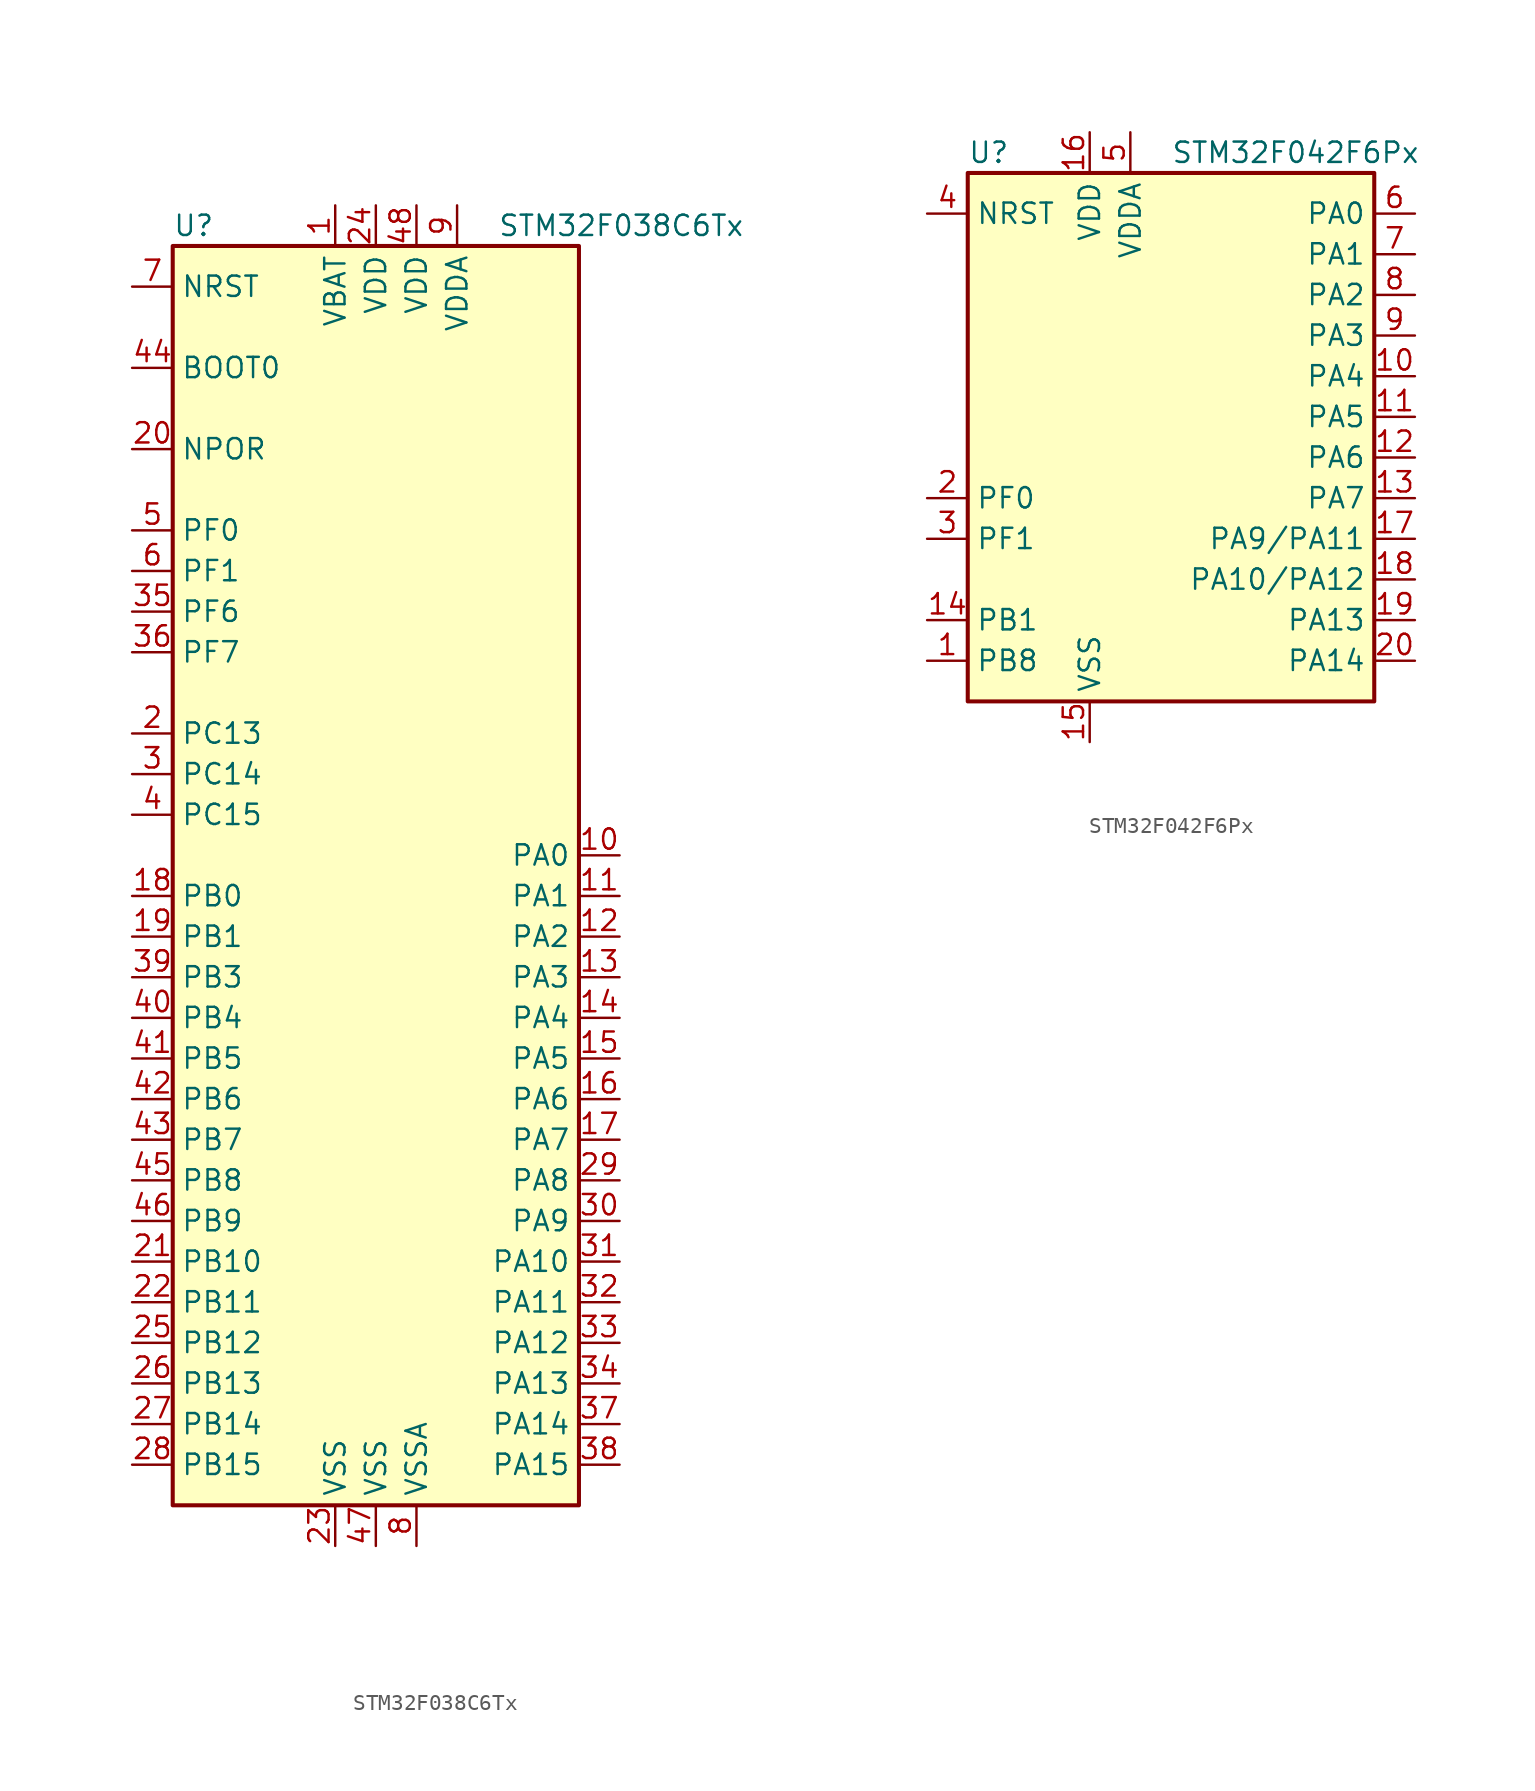
<source format=kicad_sym>
(kicad_symbol_lib
  (version 20201005)
  (generator kicad_symbol_editor)
  (symbol "MCU_ST_STM32F0:STM32F038C6Tx"
    (property "Reference" "U"
      (at -12.7 39.37 0)
      (effects (font (size 1.27 1.27)) (justify left)))
    (property "Value" "STM32F038C6Tx"
      (at 7.62 39.37 0)
      (effects (font (size 1.27 1.27)) (justify left)))
    (symbol "STM32F038C6Tx_0_1"
      (rectangle (start -12.7 -40.64) (end 12.7 38.1) (stroke (width 0.254)) (fill (type background))))
    (symbol "STM32F038C6Tx_1_1"
      (pin power_in line (at -2.54 40.64 270) (length 2.54) (name "VBAT" (effects (font (size 1.27 1.27)))) (number "1" (effects (font (size 1.27 1.27)))))
      (pin bidirectional line (at 15.24 0 180) (length 2.54) (name "PA0" (effects (font (size 1.27 1.27)))) (number "10" (effects (font (size 1.27 1.27)))))
      (pin bidirectional line (at 15.24 -2.54 180) (length 2.54) (name "PA1" (effects (font (size 1.27 1.27)))) (number "11" (effects (font (size 1.27 1.27)))))
      (pin bidirectional line (at 15.24 -5.08 180) (length 2.54) (name "PA2" (effects (font (size 1.27 1.27)))) (number "12" (effects (font (size 1.27 1.27)))))
      (pin bidirectional line (at 15.24 -7.62 180) (length 2.54) (name "PA3" (effects (font (size 1.27 1.27)))) (number "13" (effects (font (size 1.27 1.27)))))
      (pin bidirectional line (at 15.24 -10.16 180) (length 2.54) (name "PA4" (effects (font (size 1.27 1.27)))) (number "14" (effects (font (size 1.27 1.27)))))
      (pin bidirectional line (at 15.24 -12.7 180) (length 2.54) (name "PA5" (effects (font (size 1.27 1.27)))) (number "15" (effects (font (size 1.27 1.27)))))
      (pin bidirectional line (at 15.24 -15.24 180) (length 2.54) (name "PA6" (effects (font (size 1.27 1.27)))) (number "16" (effects (font (size 1.27 1.27)))))
      (pin bidirectional line (at 15.24 -17.78 180) (length 2.54) (name "PA7" (effects (font (size 1.27 1.27)))) (number "17" (effects (font (size 1.27 1.27)))))
      (pin bidirectional line (at -15.24 -2.54 0) (length 2.54) (name "PB0" (effects (font (size 1.27 1.27)))) (number "18" (effects (font (size 1.27 1.27)))))
      (pin bidirectional line (at -15.24 -5.08 0) (length 2.54) (name "PB1" (effects (font (size 1.27 1.27)))) (number "19" (effects (font (size 1.27 1.27)))))
      (pin bidirectional line (at -15.24 7.62 0) (length 2.54) (name "PC13" (effects (font (size 1.27 1.27)))) (number "2" (effects (font (size 1.27 1.27)))))
      (pin power_in line (at -15.24 25.4 0) (length 2.54) (name "NPOR" (effects (font (size 1.27 1.27)))) (number "20" (effects (font (size 1.27 1.27)))))
      (pin bidirectional line (at -15.24 -25.4 0) (length 2.54) (name "PB10" (effects (font (size 1.27 1.27)))) (number "21" (effects (font (size 1.27 1.27)))))
      (pin bidirectional line (at -15.24 -27.94 0) (length 2.54) (name "PB11" (effects (font (size 1.27 1.27)))) (number "22" (effects (font (size 1.27 1.27)))))
      (pin power_in line (at -2.54 -43.18 90) (length 2.54) (name "VSS" (effects (font (size 1.27 1.27)))) (number "23" (effects (font (size 1.27 1.27)))))
      (pin power_in line (at 0 40.64 270) (length 2.54) (name "VDD" (effects (font (size 1.27 1.27)))) (number "24" (effects (font (size 1.27 1.27)))))
      (pin bidirectional line (at -15.24 -30.48 0) (length 2.54) (name "PB12" (effects (font (size 1.27 1.27)))) (number "25" (effects (font (size 1.27 1.27)))))
      (pin bidirectional line (at -15.24 -33.02 0) (length 2.54) (name "PB13" (effects (font (size 1.27 1.27)))) (number "26" (effects (font (size 1.27 1.27)))))
      (pin bidirectional line (at -15.24 -35.56 0) (length 2.54) (name "PB14" (effects (font (size 1.27 1.27)))) (number "27" (effects (font (size 1.27 1.27)))))
      (pin bidirectional line (at -15.24 -38.1 0) (length 2.54) (name "PB15" (effects (font (size 1.27 1.27)))) (number "28" (effects (font (size 1.27 1.27)))))
      (pin bidirectional line (at 15.24 -20.32 180) (length 2.54) (name "PA8" (effects (font (size 1.27 1.27)))) (number "29" (effects (font (size 1.27 1.27)))))
      (pin bidirectional line (at -15.24 5.08 0) (length 2.54) (name "PC14" (effects (font (size 1.27 1.27)))) (number "3" (effects (font (size 1.27 1.27)))))
      (pin bidirectional line (at 15.24 -22.86 180) (length 2.54) (name "PA9" (effects (font (size 1.27 1.27)))) (number "30" (effects (font (size 1.27 1.27)))))
      (pin bidirectional line (at 15.24 -25.4 180) (length 2.54) (name "PA10" (effects (font (size 1.27 1.27)))) (number "31" (effects (font (size 1.27 1.27)))))
      (pin bidirectional line (at 15.24 -27.94 180) (length 2.54) (name "PA11" (effects (font (size 1.27 1.27)))) (number "32" (effects (font (size 1.27 1.27)))))
      (pin bidirectional line (at 15.24 -30.48 180) (length 2.54) (name "PA12" (effects (font (size 1.27 1.27)))) (number "33" (effects (font (size 1.27 1.27)))))
      (pin bidirectional line (at 15.24 -33.02 180) (length 2.54) (name "PA13" (effects (font (size 1.27 1.27)))) (number "34" (effects (font (size 1.27 1.27)))))
      (pin bidirectional line (at -15.24 15.24 0) (length 2.54) (name "PF6" (effects (font (size 1.27 1.27)))) (number "35" (effects (font (size 1.27 1.27)))))
      (pin bidirectional line (at -15.24 12.7 0) (length 2.54) (name "PF7" (effects (font (size 1.27 1.27)))) (number "36" (effects (font (size 1.27 1.27)))))
      (pin bidirectional line (at 15.24 -35.56 180) (length 2.54) (name "PA14" (effects (font (size 1.27 1.27)))) (number "37" (effects (font (size 1.27 1.27)))))
      (pin bidirectional line (at 15.24 -38.1 180) (length 2.54) (name "PA15" (effects (font (size 1.27 1.27)))) (number "38" (effects (font (size 1.27 1.27)))))
      (pin bidirectional line (at -15.24 -7.62 0) (length 2.54) (name "PB3" (effects (font (size 1.27 1.27)))) (number "39" (effects (font (size 1.27 1.27)))))
      (pin bidirectional line (at -15.24 2.54 0) (length 2.54) (name "PC15" (effects (font (size 1.27 1.27)))) (number "4" (effects (font (size 1.27 1.27)))))
      (pin bidirectional line (at -15.24 -10.16 0) (length 2.54) (name "PB4" (effects (font (size 1.27 1.27)))) (number "40" (effects (font (size 1.27 1.27)))))
      (pin bidirectional line (at -15.24 -12.7 0) (length 2.54) (name "PB5" (effects (font (size 1.27 1.27)))) (number "41" (effects (font (size 1.27 1.27)))))
      (pin bidirectional line (at -15.24 -15.24 0) (length 2.54) (name "PB6" (effects (font (size 1.27 1.27)))) (number "42" (effects (font (size 1.27 1.27)))))
      (pin bidirectional line (at -15.24 -17.78 0) (length 2.54) (name "PB7" (effects (font (size 1.27 1.27)))) (number "43" (effects (font (size 1.27 1.27)))))
      (pin input line (at -15.24 30.48 0) (length 2.54) (name "BOOT0" (effects (font (size 1.27 1.27)))) (number "44" (effects (font (size 1.27 1.27)))))
      (pin bidirectional line (at -15.24 -20.32 0) (length 2.54) (name "PB8" (effects (font (size 1.27 1.27)))) (number "45" (effects (font (size 1.27 1.27)))))
      (pin bidirectional line (at -15.24 -22.86 0) (length 2.54) (name "PB9" (effects (font (size 1.27 1.27)))) (number "46" (effects (font (size 1.27 1.27)))))
      (pin power_in line (at 0 -43.18 90) (length 2.54) (name "VSS" (effects (font (size 1.27 1.27)))) (number "47" (effects (font (size 1.27 1.27)))))
      (pin power_in line (at 2.54 40.64 270) (length 2.54) (name "VDD" (effects (font (size 1.27 1.27)))) (number "48" (effects (font (size 1.27 1.27)))))
      (pin input line (at -15.24 20.32 0) (length 2.54) (name "PF0" (effects (font (size 1.27 1.27)))) (number "5" (effects (font (size 1.27 1.27)))))
      (pin input line (at -15.24 17.78 0) (length 2.54) (name "PF1" (effects (font (size 1.27 1.27)))) (number "6" (effects (font (size 1.27 1.27)))))
      (pin input line (at -15.24 35.56 0) (length 2.54) (name "NRST" (effects (font (size 1.27 1.27)))) (number "7" (effects (font (size 1.27 1.27)))))
      (pin power_in line (at 2.54 -43.18 90) (length 2.54) (name "VSSA" (effects (font (size 1.27 1.27)))) (number "8" (effects (font (size 1.27 1.27)))))
      (pin power_in line (at 5.08 40.64 270) (length 2.54) (name "VDDA" (effects (font (size 1.27 1.27)))) (number "9" (effects (font (size 1.27 1.27)))))))
  (symbol "MCU_ST_STM32F0:STM32F042F6Px"
    (property "Reference" "U"
      (at -12.7 16.51 0)
      (effects (font (size 1.27 1.27)) (justify left)))
    (property "Value" "STM32F042F6Px"
      (at 0 16.51 0)
      (effects (font (size 1.27 1.27)) (justify left)))
    (symbol "STM32F042F6Px_0_1"
      (rectangle (start -12.7 -17.78) (end 12.7 15.24) (stroke (width 0.254)) (fill (type background))))
    (symbol "STM32F042F6Px_1_1"
      (pin bidirectional line (at -15.24 -15.24 0) (length 2.54) (name "PB8" (effects (font (size 1.27 1.27)))) (number "1" (effects (font (size 1.27 1.27)))))
      (pin bidirectional line (at 15.24 2.54 180) (length 2.54) (name "PA4" (effects (font (size 1.27 1.27)))) (number "10" (effects (font (size 1.27 1.27)))))
      (pin bidirectional line (at 15.24 0 180) (length 2.54) (name "PA5" (effects (font (size 1.27 1.27)))) (number "11" (effects (font (size 1.27 1.27)))))
      (pin bidirectional line (at 15.24 -2.54 180) (length 2.54) (name "PA6" (effects (font (size 1.27 1.27)))) (number "12" (effects (font (size 1.27 1.27)))))
      (pin bidirectional line (at 15.24 -5.08 180) (length 2.54) (name "PA7" (effects (font (size 1.27 1.27)))) (number "13" (effects (font (size 1.27 1.27)))))
      (pin bidirectional line (at -15.24 -12.7 0) (length 2.54) (name "PB1" (effects (font (size 1.27 1.27)))) (number "14" (effects (font (size 1.27 1.27)))))
      (pin power_in line (at -5.08 -20.32 90) (length 2.54) (name "VSS" (effects (font (size 1.27 1.27)))) (number "15" (effects (font (size 1.27 1.27)))))
      (pin power_in line (at -5.08 17.78 270) (length 2.54) (name "VDD" (effects (font (size 1.27 1.27)))) (number "16" (effects (font (size 1.27 1.27)))))
      (pin bidirectional line (at 15.24 -7.62 180) (length 2.54) (name "PA9/PA11" (effects (font (size 1.27 1.27)))) (number "17" (effects (font (size 1.27 1.27)))))
      (pin bidirectional line (at 15.24 -10.16 180) (length 2.54) (name "PA10/PA12" (effects (font (size 1.27 1.27)))) (number "18" (effects (font (size 1.27 1.27)))))
      (pin bidirectional line (at 15.24 -12.7 180) (length 2.54) (name "PA13" (effects (font (size 1.27 1.27)))) (number "19" (effects (font (size 1.27 1.27)))))
      (pin input line (at -15.24 -5.08 0) (length 2.54) (name "PF0" (effects (font (size 1.27 1.27)))) (number "2" (effects (font (size 1.27 1.27)))))
      (pin bidirectional line (at 15.24 -15.24 180) (length 2.54) (name "PA14" (effects (font (size 1.27 1.27)))) (number "20" (effects (font (size 1.27 1.27)))))
      (pin input line (at -15.24 -7.62 0) (length 2.54) (name "PF1" (effects (font (size 1.27 1.27)))) (number "3" (effects (font (size 1.27 1.27)))))
      (pin input line (at -15.24 12.7 0) (length 2.54) (name "NRST" (effects (font (size 1.27 1.27)))) (number "4" (effects (font (size 1.27 1.27)))))
      (pin power_in line (at -2.54 17.78 270) (length 2.54) (name "VDDA" (effects (font (size 1.27 1.27)))) (number "5" (effects (font (size 1.27 1.27)))))
      (pin bidirectional line (at 15.24 12.7 180) (length 2.54) (name "PA0" (effects (font (size 1.27 1.27)))) (number "6" (effects (font (size 1.27 1.27)))))
      (pin bidirectional line (at 15.24 10.16 180) (length 2.54) (name "PA1" (effects (font (size 1.27 1.27)))) (number "7" (effects (font (size 1.27 1.27)))))
      (pin bidirectional line (at 15.24 7.62 180) (length 2.54) (name "PA2" (effects (font (size 1.27 1.27)))) (number "8" (effects (font (size 1.27 1.27)))))
      (pin bidirectional line (at 15.24 5.08 180) (length 2.54) (name "PA3" (effects (font (size 1.27 1.27)))) (number "9" (effects (font (size 1.27 1.27))))))))
</source>
